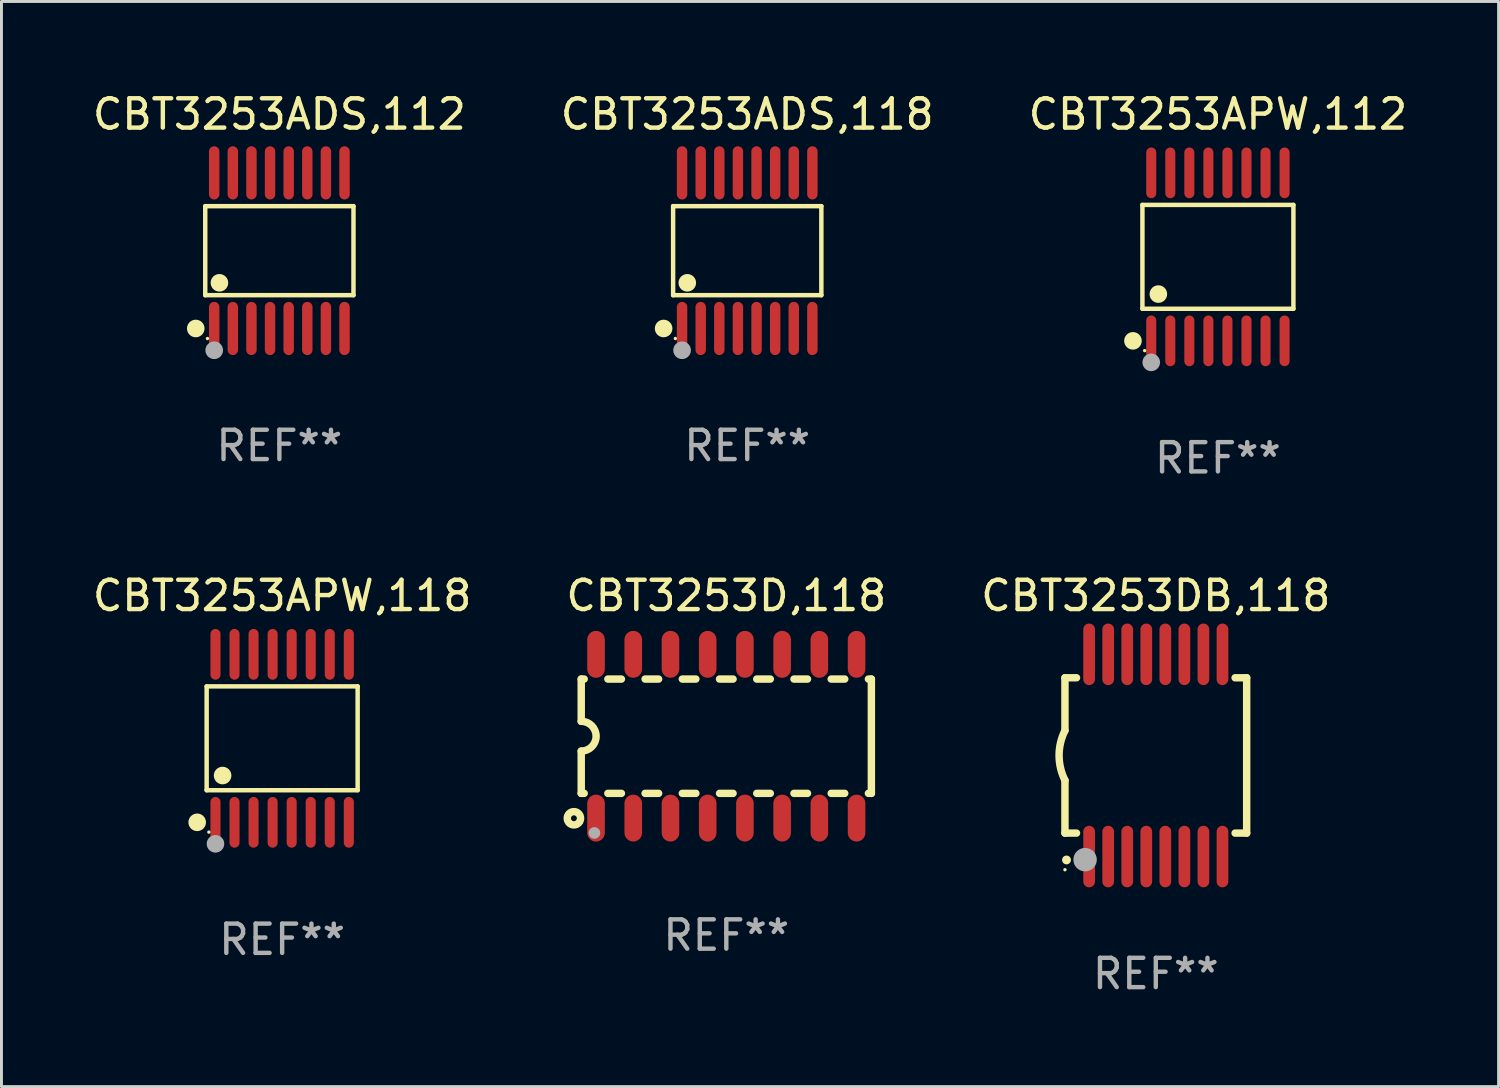
<source format=kicad_pcb>
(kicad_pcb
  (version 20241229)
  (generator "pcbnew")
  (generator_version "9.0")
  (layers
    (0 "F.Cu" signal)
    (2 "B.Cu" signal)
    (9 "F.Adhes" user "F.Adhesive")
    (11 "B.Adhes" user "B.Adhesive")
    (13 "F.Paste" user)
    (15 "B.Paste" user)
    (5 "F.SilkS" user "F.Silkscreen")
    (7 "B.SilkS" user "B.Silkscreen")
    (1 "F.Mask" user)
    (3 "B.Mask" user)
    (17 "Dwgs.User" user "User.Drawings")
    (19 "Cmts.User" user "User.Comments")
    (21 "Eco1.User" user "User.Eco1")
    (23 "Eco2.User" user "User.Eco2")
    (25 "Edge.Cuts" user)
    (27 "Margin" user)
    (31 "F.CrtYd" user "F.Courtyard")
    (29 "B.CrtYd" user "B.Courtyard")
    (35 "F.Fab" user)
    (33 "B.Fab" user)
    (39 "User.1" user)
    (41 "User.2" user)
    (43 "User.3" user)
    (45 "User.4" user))
  (footprint "CBT3253DB,118"
    (layer "F.Cu")
    (at 36.387 22.726)
    (property "Reference" "CBT3253DB,118" (at 0 -5.45 0) (layer "F.SilkS") (effects (font (size 1 1) (thickness 0.15))))
    (attr through_hole)
    (fp_line (start -3.1 -2.65) (end -3.1 -0.85) (stroke (width 0.254) (type solid)) (layer "F.SilkS"))
    (fp_line (start -3.1 -2.65) (end -2.706 -2.65) (stroke (width 0.254) (type solid)) (layer "F.SilkS"))
    (fp_line (start -3.1 2.65) (end -3.1 0.85) (stroke (width 0.254) (type solid)) (layer "F.SilkS"))
    (fp_line (start -3.1 2.65) (end -2.706 2.65) (stroke (width 0.254) (type solid)) (layer "F.SilkS"))
    (fp_line (start 2.706 -2.65) (end 3.1 -2.65) (stroke (width 0.254) (type solid)) (layer "F.SilkS"))
    (fp_line (start 2.706 2.65) (end 3.1 2.65) (stroke (width 0.254) (type solid)) (layer "F.SilkS"))
    (fp_line (start 3.1 -2.65) (end 3.1 2.65) (stroke (width 0.254) (type solid)) (layer "F.SilkS"))
    (fp_arc (start -3.098907 0.850902) (mid -3.300057 0.000523) (end -3.1 -0.850114) (stroke (width 0.254001) (type solid)) (layer "F.SilkS"))
    (fp_arc (start -3.048006 3.566066) (mid -3.046736 3.566061) (end -3.045466 3.566066) (stroke (width 0.3) (type solid)) (layer "F.SilkS"))
    (fp_circle (center -3.1 3.9) (end -3.07 3.9) (stroke (width 0.06) (type solid)) (fill no) (layer "F.SilkS"))
    (fp_circle (center -2.413 3.556) (end -2.213 3.556) (stroke (width 0.4) (type solid)) (fill no) (layer "F.Fab"))
    (fp_text user "REF**" (at 0 7.45 0) (layer "F.Fab") (effects (font (size 1 1) (thickness 0.15))))
    (pad "1" smd oval (at -2.275 3.45 180) (size 0.4 2.1) (layers "F.Cu" "F.Mask" "F.Paste"))
    (pad "2" smd oval (at -1.625 3.45 180) (size 0.4 2.1) (layers "F.Cu" "F.Mask" "F.Paste"))
    (pad "3" smd oval (at -0.975 3.45 180) (size 0.4 2.1) (layers "F.Cu" "F.Mask" "F.Paste"))
    (pad "4" smd oval (at -0.325 3.45 180) (size 0.4 2.1) (layers "F.Cu" "F.Mask" "F.Paste"))
    (pad "5" smd oval (at 0.325 3.45 180) (size 0.4 2.1) (layers "F.Cu" "F.Mask" "F.Paste"))
    (pad "6" smd oval (at 0.975 3.45 180) (size 0.4 2.1) (layers "F.Cu" "F.Mask" "F.Paste"))
    (pad "7" smd oval (at 1.625 3.45 180) (size 0.4 2.1) (layers "F.Cu" "F.Mask" "F.Paste"))
    (pad "8" smd oval (at 2.275 3.45 180) (size 0.4 2.1) (layers "F.Cu" "F.Mask" "F.Paste"))
    (pad "9" smd oval (at 2.275 -3.45 180) (size 0.4 2.1) (layers "F.Cu" "F.Mask" "F.Paste"))
    (pad "10" smd oval (at 1.625 -3.45 180) (size 0.4 2.1) (layers "F.Cu" "F.Mask" "F.Paste"))
    (pad "11" smd oval (at 0.975 -3.45 180) (size 0.4 2.1) (layers "F.Cu" "F.Mask" "F.Paste"))
    (pad "12" smd oval (at 0.325 -3.45 180) (size 0.4 2.1) (layers "F.Cu" "F.Mask" "F.Paste"))
    (pad "13" smd oval (at -0.325 -3.45 180) (size 0.4 2.1) (layers "F.Cu" "F.Mask" "F.Paste"))
    (pad "14" smd oval (at -0.975 -3.45 180) (size 0.4 2.1) (layers "F.Cu" "F.Mask" "F.Paste"))
    (pad "15" smd oval (at -1.625 -3.45 180) (size 0.4 2.1) (layers "F.Cu" "F.Mask" "F.Paste"))
    (pad "16" smd oval (at -2.275 -3.45 180) (size 0.4 2.1) (layers "F.Cu" "F.Mask" "F.Paste")))
  (footprint "CBT3253APW,112"
    (layer "F.Cu")
    (at 38.506 5.714)
    (property "Reference" "CBT3253APW,112" (at 0 -4.866 0) (layer "F.SilkS") (effects (font (size 1 1) (thickness 0.15))))
    (attr through_hole)
    (fp_line (start -2.576 -1.772) (end 2.576 -1.772) (stroke (width 0.152) (type solid)) (layer "F.SilkS"))
    (fp_line (start -2.576 1.771) (end -2.576 -1.772) (stroke (width 0.152) (type solid)) (layer "F.SilkS"))
    (fp_line (start 2.576 -1.772) (end 2.576 1.771) (stroke (width 0.152) (type solid)) (layer "F.SilkS"))
    (fp_line (start 2.576 1.771) (end -2.576 1.771) (stroke (width 0.152) (type solid)) (layer "F.SilkS"))
    (fp_circle (center -2.899 2.866) (end -2.749 2.866) (stroke (width 0.3) (type solid)) (fill no) (layer "F.SilkS"))
    (fp_circle (center -2.5 3.2) (end -2.47 3.2) (stroke (width 0.06) (type solid)) (fill no) (layer "F.SilkS"))
    (fp_circle (center -2.032 1.27) (end -1.882 1.27) (stroke (width 0.3) (type solid)) (fill no) (layer "F.SilkS"))
    (fp_circle (center -2.275 3.6) (end -2.125 3.6) (stroke (width 0.3) (type solid)) (fill no) (layer "F.Fab"))
    (fp_text user "REF**" (at 0 6.866 0) (layer "F.Fab") (effects (font (size 1 1) (thickness 0.15))))
    (pad "1" smd oval (at -2.275 2.866) (size 0.343 1.731) (layers "F.Cu" "F.Mask" "F.Paste"))
    (pad "2" smd oval (at -1.625 2.866) (size 0.343 1.731) (layers "F.Cu" "F.Mask" "F.Paste"))
    (pad "3" smd oval (at -0.975 2.866) (size 0.343 1.731) (layers "F.Cu" "F.Mask" "F.Paste"))
    (pad "4" smd oval (at -0.325 2.866) (size 0.343 1.731) (layers "F.Cu" "F.Mask" "F.Paste"))
    (pad "5" smd oval (at 0.325 2.866) (size 0.343 1.731) (layers "F.Cu" "F.Mask" "F.Paste"))
    (pad "6" smd oval (at 0.975 2.866) (size 0.343 1.731) (layers "F.Cu" "F.Mask" "F.Paste"))
    (pad "7" smd oval (at 1.625 2.866) (size 0.343 1.731) (layers "F.Cu" "F.Mask" "F.Paste"))
    (pad "8" smd oval (at 2.275 2.866) (size 0.343 1.731) (layers "F.Cu" "F.Mask" "F.Paste"))
    (pad "9" smd oval (at 2.275 -2.866) (size 0.343 1.731) (layers "F.Cu" "F.Mask" "F.Paste"))
    (pad "10" smd oval (at 1.625 -2.866) (size 0.343 1.731) (layers "F.Cu" "F.Mask" "F.Paste"))
    (pad "11" smd oval (at 0.975 -2.866) (size 0.343 1.731) (layers "F.Cu" "F.Mask" "F.Paste"))
    (pad "12" smd oval (at 0.325 -2.866) (size 0.343 1.731) (layers "F.Cu" "F.Mask" "F.Paste"))
    (pad "13" smd oval (at -0.325 -2.866) (size 0.343 1.731) (layers "F.Cu" "F.Mask" "F.Paste"))
    (pad "14" smd oval (at -0.975 -2.866) (size 0.343 1.731) (layers "F.Cu" "F.Mask" "F.Paste"))
    (pad "15" smd oval (at -1.625 -2.866) (size 0.343 1.731) (layers "F.Cu" "F.Mask" "F.Paste"))
    (pad "16" smd oval (at -2.275 -2.866) (size 0.343 1.731) (layers "F.Cu" "F.Mask" "F.Paste")))
  (footprint "CBT3253ADS,112"
    (layer "F.Cu")
    (at 6.482 5.503)
    (property "Reference" "CBT3253ADS,112" (at 0 -4.655 0) (layer "F.SilkS") (effects (font (size 1 1) (thickness 0.15))))
    (attr through_hole)
    (fp_line (start -2.529 -1.519) (end 2.529 -1.519) (stroke (width 0.152) (type solid)) (layer "F.SilkS"))
    (fp_line (start -2.529 1.519) (end -2.529 -1.519) (stroke (width 0.152) (type solid)) (layer "F.SilkS"))
    (fp_line (start 2.529 -1.519) (end 2.529 1.519) (stroke (width 0.152) (type solid)) (layer "F.SilkS"))
    (fp_line (start 2.529 1.519) (end -2.529 1.519) (stroke (width 0.152) (type solid)) (layer "F.SilkS"))
    (fp_circle (center -2.853 2.655) (end -2.703 2.655) (stroke (width 0.3) (type solid)) (fill no) (layer "F.SilkS"))
    (fp_circle (center -2.453 2.998) (end -2.423 2.998) (stroke (width 0.06) (type solid)) (fill no) (layer "F.SilkS"))
    (fp_circle (center -2.045 1.097) (end -1.895 1.097) (stroke (width 0.3) (type solid)) (fill no) (layer "F.SilkS"))
    (fp_circle (center -2.223 3.398) (end -2.072 3.398) (stroke (width 0.3) (type solid)) (fill no) (layer "F.Fab"))
    (fp_text user "REF**" (at 0 6.655 0) (layer "F.Fab") (effects (font (size 1 1) (thickness 0.15))))
    (pad "1" smd oval (at -2.223 2.655) (size 0.356 1.815) (layers "F.Cu" "F.Mask" "F.Paste"))
    (pad "2" smd oval (at -1.588 2.655) (size 0.356 1.815) (layers "F.Cu" "F.Mask" "F.Paste"))
    (pad "3" smd oval (at -0.953 2.655) (size 0.356 1.815) (layers "F.Cu" "F.Mask" "F.Paste"))
    (pad "4" smd oval (at -0.318 2.655) (size 0.356 1.815) (layers "F.Cu" "F.Mask" "F.Paste"))
    (pad "5" smd oval (at 0.318 2.655) (size 0.356 1.815) (layers "F.Cu" "F.Mask" "F.Paste"))
    (pad "6" smd oval (at 0.953 2.655) (size 0.356 1.815) (layers "F.Cu" "F.Mask" "F.Paste"))
    (pad "7" smd oval (at 1.588 2.655) (size 0.356 1.815) (layers "F.Cu" "F.Mask" "F.Paste"))
    (pad "8" smd oval (at 2.223 2.655) (size 0.356 1.815) (layers "F.Cu" "F.Mask" "F.Paste"))
    (pad "9" smd oval (at 2.223 -2.655) (size 0.356 1.815) (layers "F.Cu" "F.Mask" "F.Paste"))
    (pad "10" smd oval (at 1.588 -2.655) (size 0.356 1.815) (layers "F.Cu" "F.Mask" "F.Paste"))
    (pad "11" smd oval (at 0.953 -2.655) (size 0.356 1.815) (layers "F.Cu" "F.Mask" "F.Paste"))
    (pad "12" smd oval (at 0.318 -2.655) (size 0.356 1.815) (layers "F.Cu" "F.Mask" "F.Paste"))
    (pad "13" smd oval (at -0.318 -2.655) (size 0.356 1.815) (layers "F.Cu" "F.Mask" "F.Paste"))
    (pad "14" smd oval (at -0.953 -2.655) (size 0.356 1.815) (layers "F.Cu" "F.Mask" "F.Paste"))
    (pad "15" smd oval (at -1.588 -2.655) (size 0.356 1.815) (layers "F.Cu" "F.Mask" "F.Paste"))
    (pad "16" smd oval (at -2.223 -2.655) (size 0.356 1.815) (layers "F.Cu" "F.Mask" "F.Paste")))
  (footprint "CBT3253ADS,118"
    (layer "F.Cu")
    (at 22.446 5.503)
    (property "Reference" "CBT3253ADS,118" (at 0 -4.655 0) (layer "F.SilkS") (effects (font (size 1 1) (thickness 0.15))))
    (attr through_hole)
    (fp_line (start -2.529 -1.519) (end 2.529 -1.519) (stroke (width 0.152) (type solid)) (layer "F.SilkS"))
    (fp_line (start -2.529 1.519) (end -2.529 -1.519) (stroke (width 0.152) (type solid)) (layer "F.SilkS"))
    (fp_line (start 2.529 -1.519) (end 2.529 1.519) (stroke (width 0.152) (type solid)) (layer "F.SilkS"))
    (fp_line (start 2.529 1.519) (end -2.529 1.519) (stroke (width 0.152) (type solid)) (layer "F.SilkS"))
    (fp_circle (center -2.853 2.655) (end -2.703 2.655) (stroke (width 0.3) (type solid)) (fill no) (layer "F.SilkS"))
    (fp_circle (center -2.453 2.998) (end -2.423 2.998) (stroke (width 0.06) (type solid)) (fill no) (layer "F.SilkS"))
    (fp_circle (center -2.045 1.097) (end -1.895 1.097) (stroke (width 0.3) (type solid)) (fill no) (layer "F.SilkS"))
    (fp_circle (center -2.223 3.398) (end -2.072 3.398) (stroke (width 0.3) (type solid)) (fill no) (layer "F.Fab"))
    (fp_text user "REF**" (at 0 6.655 0) (layer "F.Fab") (effects (font (size 1 1) (thickness 0.15))))
    (pad "1" smd oval (at -2.223 2.655) (size 0.356 1.815) (layers "F.Cu" "F.Mask" "F.Paste"))
    (pad "2" smd oval (at -1.588 2.655) (size 0.356 1.815) (layers "F.Cu" "F.Mask" "F.Paste"))
    (pad "3" smd oval (at -0.953 2.655) (size 0.356 1.815) (layers "F.Cu" "F.Mask" "F.Paste"))
    (pad "4" smd oval (at -0.318 2.655) (size 0.356 1.815) (layers "F.Cu" "F.Mask" "F.Paste"))
    (pad "5" smd oval (at 0.318 2.655) (size 0.356 1.815) (layers "F.Cu" "F.Mask" "F.Paste"))
    (pad "6" smd oval (at 0.953 2.655) (size 0.356 1.815) (layers "F.Cu" "F.Mask" "F.Paste"))
    (pad "7" smd oval (at 1.588 2.655) (size 0.356 1.815) (layers "F.Cu" "F.Mask" "F.Paste"))
    (pad "8" smd oval (at 2.223 2.655) (size 0.356 1.815) (layers "F.Cu" "F.Mask" "F.Paste"))
    (pad "9" smd oval (at 2.223 -2.655) (size 0.356 1.815) (layers "F.Cu" "F.Mask" "F.Paste"))
    (pad "10" smd oval (at 1.588 -2.655) (size 0.356 1.815) (layers "F.Cu" "F.Mask" "F.Paste"))
    (pad "11" smd oval (at 0.953 -2.655) (size 0.356 1.815) (layers "F.Cu" "F.Mask" "F.Paste"))
    (pad "12" smd oval (at 0.318 -2.655) (size 0.356 1.815) (layers "F.Cu" "F.Mask" "F.Paste"))
    (pad "13" smd oval (at -0.318 -2.655) (size 0.356 1.815) (layers "F.Cu" "F.Mask" "F.Paste"))
    (pad "14" smd oval (at -0.953 -2.655) (size 0.356 1.815) (layers "F.Cu" "F.Mask" "F.Paste"))
    (pad "15" smd oval (at -1.588 -2.655) (size 0.356 1.815) (layers "F.Cu" "F.Mask" "F.Paste"))
    (pad "16" smd oval (at -2.223 -2.655) (size 0.356 1.815) (layers "F.Cu" "F.Mask" "F.Paste")))
  (footprint "CBT3253D,118"
    (layer "F.Cu")
    (at 21.732 22.07)
    (property "Reference" "CBT3253D,118" (at 0 -4.794 0) (layer "F.SilkS") (effects (font (size 1 1) (thickness 0.15))))
    (attr through_hole)
    (fp_line (start -4.95 -1.95) (end -4.95 -0.508) (stroke (width 0.254) (type solid)) (layer "F.SilkS"))
    (fp_line (start -4.95 -1.95) (end -4.849 -1.95) (stroke (width 0.254) (type solid)) (layer "F.SilkS"))
    (fp_line (start -4.95 1.95) (end -4.95 0.508) (stroke (width 0.254) (type solid)) (layer "F.SilkS"))
    (fp_line (start -4.95 1.95) (end -4.849 1.95) (stroke (width 0.254) (type solid)) (layer "F.SilkS"))
    (fp_line (start -4.041 -1.95) (end -3.579 -1.95) (stroke (width 0.254) (type solid)) (layer "F.SilkS"))
    (fp_line (start -4.041 1.95) (end -3.579 1.95) (stroke (width 0.254) (type solid)) (layer "F.SilkS"))
    (fp_line (start -2.771 -1.95) (end -2.309 -1.95) (stroke (width 0.254) (type solid)) (layer "F.SilkS"))
    (fp_line (start -2.771 1.95) (end -2.309 1.95) (stroke (width 0.254) (type solid)) (layer "F.SilkS"))
    (fp_line (start -1.501 -1.95) (end -1.039 -1.95) (stroke (width 0.254) (type solid)) (layer "F.SilkS"))
    (fp_line (start -1.501 1.95) (end -1.039 1.95) (stroke (width 0.254) (type solid)) (layer "F.SilkS"))
    (fp_line (start -0.231 -1.95) (end 0.231 -1.95) (stroke (width 0.254) (type solid)) (layer "F.SilkS"))
    (fp_line (start -0.231 1.95) (end 0.231 1.95) (stroke (width 0.254) (type solid)) (layer "F.SilkS"))
    (fp_line (start 1.039 -1.95) (end 1.501 -1.95) (stroke (width 0.254) (type solid)) (layer "F.SilkS"))
    (fp_line (start 1.039 1.95) (end 1.501 1.95) (stroke (width 0.254) (type solid)) (layer "F.SilkS"))
    (fp_line (start 2.309 -1.95) (end 2.771 -1.95) (stroke (width 0.254) (type solid)) (layer "F.SilkS"))
    (fp_line (start 2.309 1.95) (end 2.771 1.95) (stroke (width 0.254) (type solid)) (layer "F.SilkS"))
    (fp_line (start 3.579 -1.95) (end 4.041 -1.95) (stroke (width 0.254) (type solid)) (layer "F.SilkS"))
    (fp_line (start 3.579 1.95) (end 4.041 1.95) (stroke (width 0.254) (type solid)) (layer "F.SilkS"))
    (fp_line (start 4.849 -1.95) (end 4.95 -1.95) (stroke (width 0.254) (type solid)) (layer "F.SilkS"))
    (fp_line (start 4.849 1.95) (end 4.95 1.95) (stroke (width 0.254) (type solid)) (layer "F.SilkS"))
    (fp_line (start 4.95 -1.95) (end 4.95 1.95) (stroke (width 0.254) (type solid)) (layer "F.SilkS"))
    (fp_arc (start -4.95047 -0.508001) (mid -4.442469 -0.000228) (end -4.950013 0.508001) (stroke (width 0.254001) (type solid)) (layer "F.SilkS"))
    (fp_circle (center -5.2 2.8) (end -5.1 2.8) (stroke (width 0.254) (type solid)) (fill no) (layer "F.SilkS"))
    (fp_circle (center -4.95 2.947) (end -4.92 2.947) (stroke (width 0.06) (type solid)) (fill no) (layer "F.SilkS"))
    (fp_circle (center -4.5 3.3) (end -4.4 3.3) (stroke (width 0.2) (type solid)) (fill no) (layer "F.Fab"))
    (fp_text user "REF**" (at 0 6.794 0) (layer "F.Fab") (effects (font (size 1 1) (thickness 0.15))))
    (pad "1" smd oval (at -4.445 2.794) (size 0.6 1.6) (layers "F.Cu" "F.Mask" "F.Paste"))
    (pad "2" smd oval (at -3.175 2.794) (size 0.6 1.6) (layers "F.Cu" "F.Mask" "F.Paste"))
    (pad "3" smd oval (at -1.905 2.794) (size 0.6 1.6) (layers "F.Cu" "F.Mask" "F.Paste"))
    (pad "4" smd oval (at -0.635 2.794) (size 0.6 1.6) (layers "F.Cu" "F.Mask" "F.Paste"))
    (pad "5" smd oval (at 0.635 2.794) (size 0.6 1.6) (layers "F.Cu" "F.Mask" "F.Paste"))
    (pad "6" smd oval (at 1.905 2.794) (size 0.6 1.6) (layers "F.Cu" "F.Mask" "F.Paste"))
    (pad "7" smd oval (at 3.175 2.794) (size 0.6 1.6) (layers "F.Cu" "F.Mask" "F.Paste"))
    (pad "8" smd oval (at 4.445 2.794) (size 0.6 1.6) (layers "F.Cu" "F.Mask" "F.Paste"))
    (pad "9" smd oval (at 4.445 -2.794) (size 0.6 1.6) (layers "F.Cu" "F.Mask" "F.Paste"))
    (pad "10" smd oval (at 3.175 -2.794) (size 0.6 1.6) (layers "F.Cu" "F.Mask" "F.Paste"))
    (pad "11" smd oval (at 1.905 -2.794) (size 0.6 1.6) (layers "F.Cu" "F.Mask" "F.Paste"))
    (pad "12" smd oval (at 0.635 -2.794) (size 0.6 1.6) (layers "F.Cu" "F.Mask" "F.Paste"))
    (pad "13" smd oval (at -0.635 -2.794) (size 0.6 1.6) (layers "F.Cu" "F.Mask" "F.Paste"))
    (pad "14" smd oval (at -1.905 -2.794) (size 0.6 1.6) (layers "F.Cu" "F.Mask" "F.Paste"))
    (pad "15" smd oval (at -3.175 -2.794) (size 0.6 1.6) (layers "F.Cu" "F.Mask" "F.Paste"))
    (pad "16" smd oval (at -4.445 -2.794) (size 0.6 1.6) (layers "F.Cu" "F.Mask" "F.Paste")))
  (footprint "CBT3253APW,118"
    (layer "F.Cu")
    (at 6.577 22.142)
    (property "Reference" "CBT3253APW,118" (at 0 -4.866 0) (layer "F.SilkS") (effects (font (size 1 1) (thickness 0.15))))
    (attr through_hole)
    (fp_line (start -2.576 -1.772) (end 2.576 -1.772) (stroke (width 0.152) (type solid)) (layer "F.SilkS"))
    (fp_line (start -2.576 1.771) (end -2.576 -1.772) (stroke (width 0.152) (type solid)) (layer "F.SilkS"))
    (fp_line (start 2.576 -1.772) (end 2.576 1.771) (stroke (width 0.152) (type solid)) (layer "F.SilkS"))
    (fp_line (start 2.576 1.771) (end -2.576 1.771) (stroke (width 0.152) (type solid)) (layer "F.SilkS"))
    (fp_circle (center -2.899 2.866) (end -2.749 2.866) (stroke (width 0.3) (type solid)) (fill no) (layer "F.SilkS"))
    (fp_circle (center -2.5 3.2) (end -2.47 3.2) (stroke (width 0.06) (type solid)) (fill no) (layer "F.SilkS"))
    (fp_circle (center -2.032 1.27) (end -1.882 1.27) (stroke (width 0.3) (type solid)) (fill no) (layer "F.SilkS"))
    (fp_circle (center -2.275 3.6) (end -2.125 3.6) (stroke (width 0.3) (type solid)) (fill no) (layer "F.Fab"))
    (fp_text user "REF**" (at 0 6.866 0) (layer "F.Fab") (effects (font (size 1 1) (thickness 0.15))))
    (pad "1" smd oval (at -2.275 2.866) (size 0.343 1.731) (layers "F.Cu" "F.Mask" "F.Paste"))
    (pad "2" smd oval (at -1.625 2.866) (size 0.343 1.731) (layers "F.Cu" "F.Mask" "F.Paste"))
    (pad "3" smd oval (at -0.975 2.866) (size 0.343 1.731) (layers "F.Cu" "F.Mask" "F.Paste"))
    (pad "4" smd oval (at -0.325 2.866) (size 0.343 1.731) (layers "F.Cu" "F.Mask" "F.Paste"))
    (pad "5" smd oval (at 0.325 2.866) (size 0.343 1.731) (layers "F.Cu" "F.Mask" "F.Paste"))
    (pad "6" smd oval (at 0.975 2.866) (size 0.343 1.731) (layers "F.Cu" "F.Mask" "F.Paste"))
    (pad "7" smd oval (at 1.625 2.866) (size 0.343 1.731) (layers "F.Cu" "F.Mask" "F.Paste"))
    (pad "8" smd oval (at 2.275 2.866) (size 0.343 1.731) (layers "F.Cu" "F.Mask" "F.Paste"))
    (pad "9" smd oval (at 2.275 -2.866) (size 0.343 1.731) (layers "F.Cu" "F.Mask" "F.Paste"))
    (pad "10" smd oval (at 1.625 -2.866) (size 0.343 1.731) (layers "F.Cu" "F.Mask" "F.Paste"))
    (pad "11" smd oval (at 0.975 -2.866) (size 0.343 1.731) (layers "F.Cu" "F.Mask" "F.Paste"))
    (pad "12" smd oval (at 0.325 -2.866) (size 0.343 1.731) (layers "F.Cu" "F.Mask" "F.Paste"))
    (pad "13" smd oval (at -0.325 -2.866) (size 0.343 1.731) (layers "F.Cu" "F.Mask" "F.Paste"))
    (pad "14" smd oval (at -0.975 -2.866) (size 0.343 1.731) (layers "F.Cu" "F.Mask" "F.Paste"))
    (pad "15" smd oval (at -1.625 -2.866) (size 0.343 1.731) (layers "F.Cu" "F.Mask" "F.Paste"))
    (pad "16" smd oval (at -2.275 -2.866) (size 0.343 1.731) (layers "F.Cu" "F.Mask" "F.Paste")))
  (gr_rect
    (start -3 -3)
    (end 48.083 34.025)
    (stroke (width 0.1) (type default))
    (fill no)
    (layer "Edge.Cuts")))
</source>
